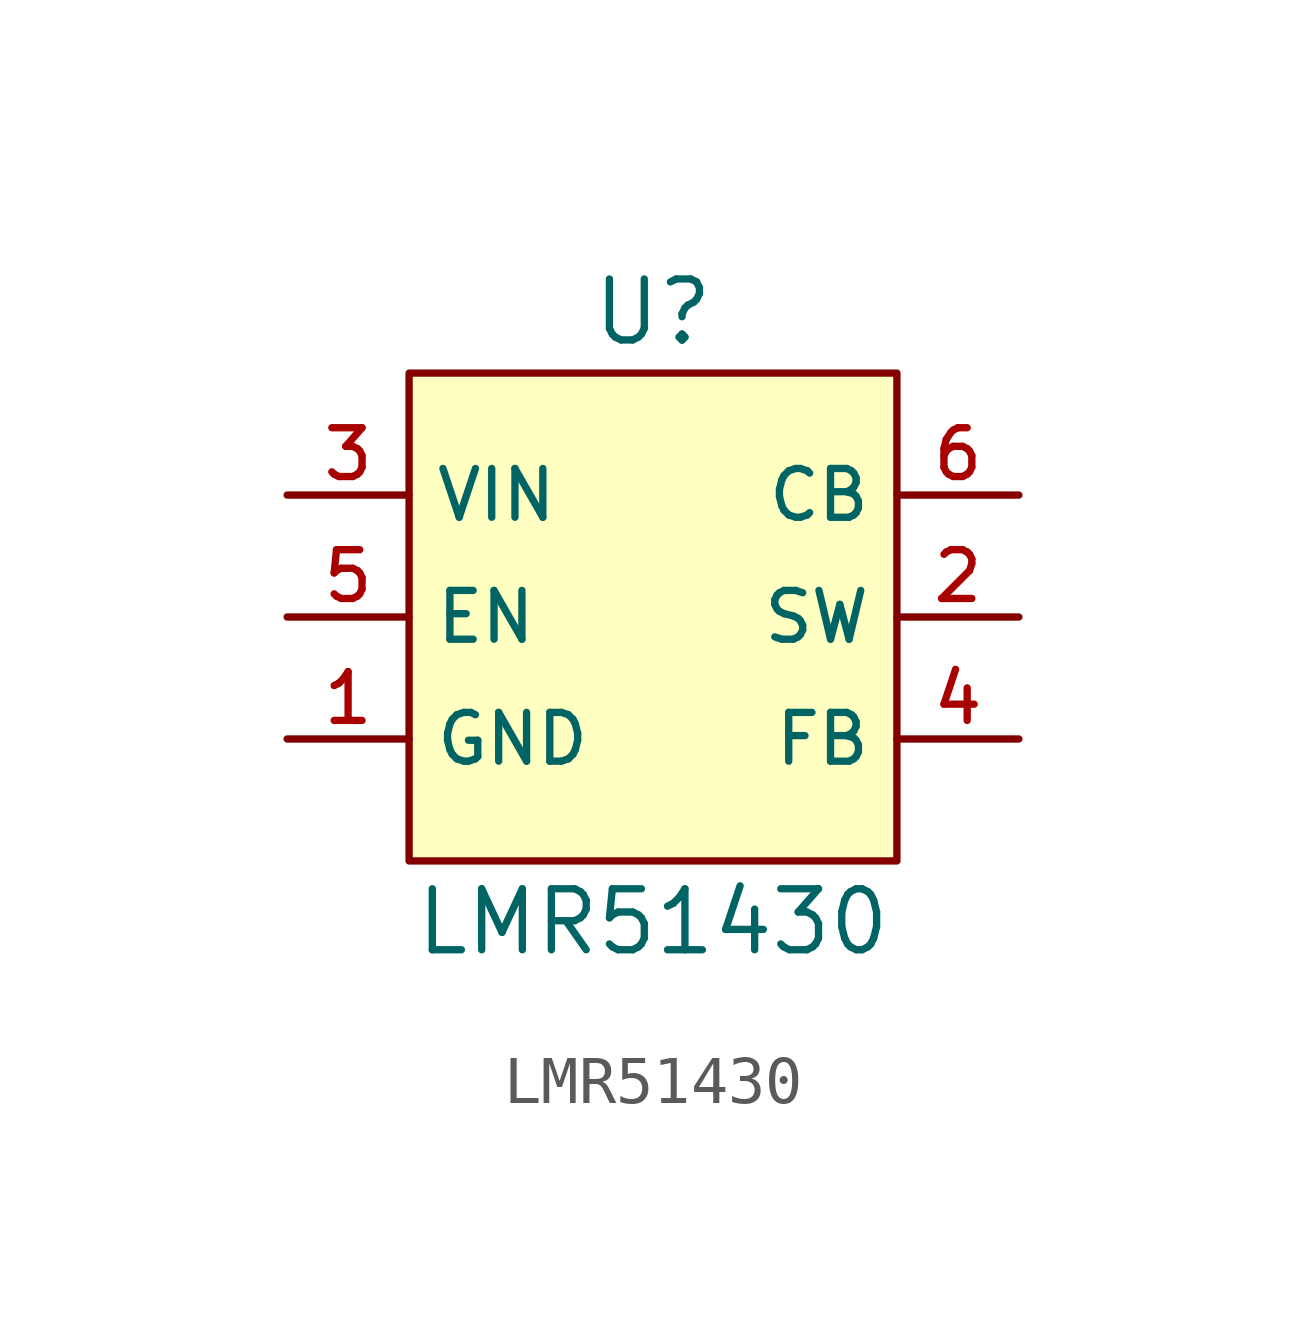
<source format=kicad_sym>
(kicad_symbol_lib
  (version 20211014)
  (generator kicad_symbol_editor)
  (symbol "LMR51430"
    (property "Reference" "U"
      (at 0 0 0)
      (effects (font (size 1.27 1.27))))
    (property "Value" "LMR51430"
      (at 0 -12.7 0)
      (effects (font (size 1.27 1.27))))
    (symbol "LMR51430_0_1"
      (rectangle (start -5.08 -1.27) (end 5.08 -11.43) (stroke (width 0) (type default) (color 0 0 0 0)) (fill (type background))))
    (symbol "LMR51430_1_1"
      (pin power_in line (at -7.62 -8.89 0) (length 2.54) (name "GND" (effects (font (size 1.016 1.016)))) (number "1" (effects (font (size 1.016 1.016)))))
      (pin input line (at 7.62 -6.35 180) (length 2.54) (name "SW" (effects (font (size 1.016 1.016)))) (number "2" (effects (font (size 1.016 1.016)))))
      (pin input line (at -7.62 -3.81 0) (length 2.54) (name "VIN" (effects (font (size 1.016 1.016)))) (number "3" (effects (font (size 1.016 1.016)))))
      (pin input line (at 7.62 -8.89 180) (length 2.54) (name "FB" (effects (font (size 1.016 1.016)))) (number "4" (effects (font (size 1.016 1.016)))))
      (pin output line (at -7.62 -6.35 0) (length 2.54) (name "EN" (effects (font (size 1.016 1.016)))) (number "5" (effects (font (size 1.016 1.016)))))
      (pin output line (at 7.62 -3.81 180) (length 2.54) (name "CB" (effects (font (size 1.016 1.016)))) (number "6" (effects (font (size 1.016 1.016))))))))
</source>
